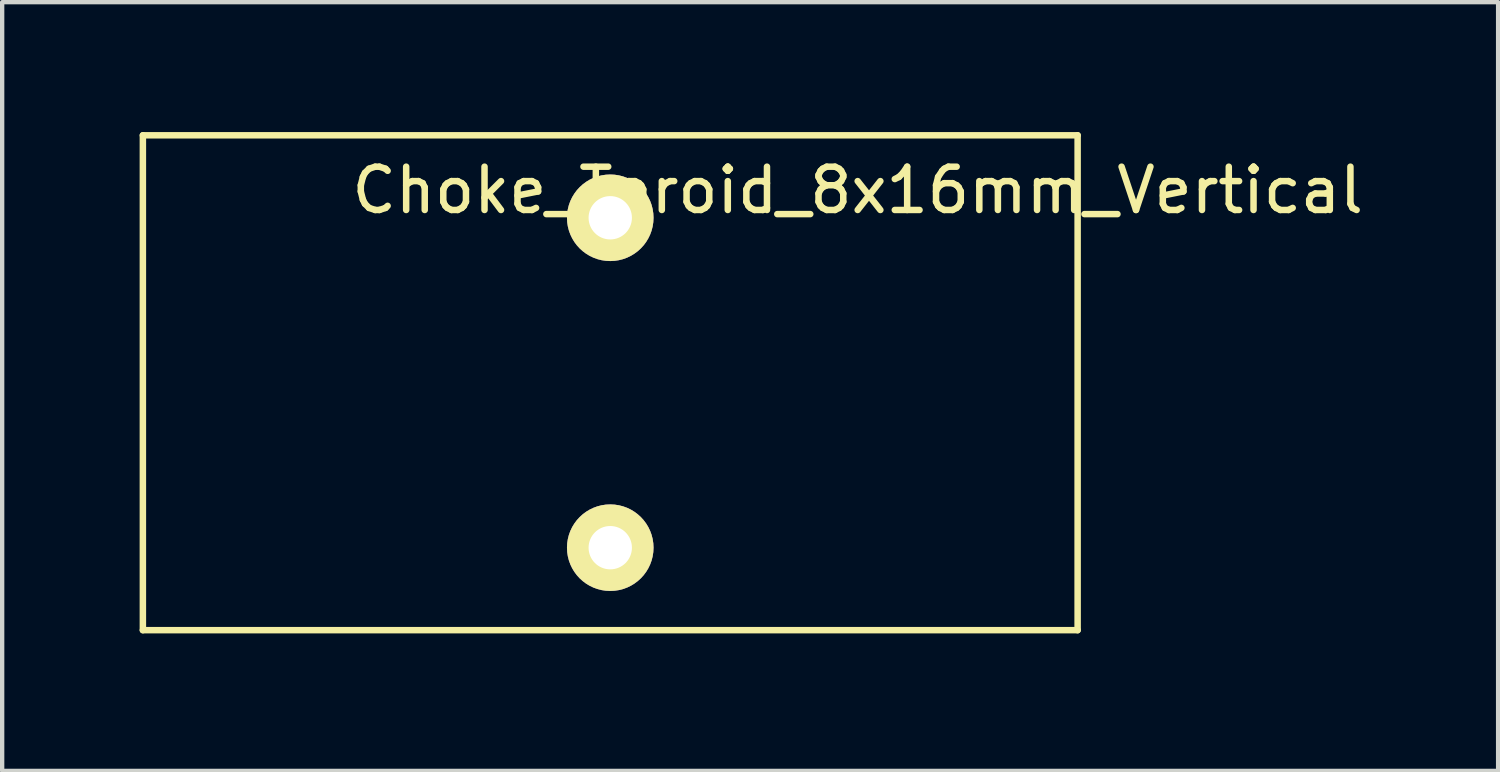
<source format=kicad_pcb>
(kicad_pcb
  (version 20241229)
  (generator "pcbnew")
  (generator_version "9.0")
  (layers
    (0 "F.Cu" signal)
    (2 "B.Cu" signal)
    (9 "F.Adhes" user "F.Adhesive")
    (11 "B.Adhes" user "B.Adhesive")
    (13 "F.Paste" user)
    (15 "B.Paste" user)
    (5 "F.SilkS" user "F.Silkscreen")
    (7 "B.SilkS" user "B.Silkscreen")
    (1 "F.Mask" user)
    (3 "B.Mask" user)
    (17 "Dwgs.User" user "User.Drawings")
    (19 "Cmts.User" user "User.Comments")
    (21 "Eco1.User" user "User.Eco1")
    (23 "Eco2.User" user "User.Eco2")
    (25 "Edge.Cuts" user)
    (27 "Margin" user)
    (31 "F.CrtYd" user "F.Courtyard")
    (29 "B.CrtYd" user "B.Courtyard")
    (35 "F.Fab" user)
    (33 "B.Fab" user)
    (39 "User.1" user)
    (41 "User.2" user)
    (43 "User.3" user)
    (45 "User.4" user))
  (footprint "Choke_Toroid_8x16mm_Vertical"
    (layer "F.Cu")
    (at 0.25 11.505)
    (property "Reference" "Choke_Toroid_8x16mm_Vertical" (at 16.51 -10.16 0) (layer "F.SilkS") (effects (font (size 1 1) (thickness 0.15))))
    (attr through_hole)
    (fp_line (start 0 -11.43) (end 0 0) (stroke (width 0.15) (type solid)) (layer "F.SilkS"))
    (fp_line (start 0 0) (end 21.59 0) (stroke (width 0.15) (type solid)) (layer "F.SilkS"))
    (fp_line (start 21.59 -11.43) (end 0 -11.43) (stroke (width 0.15) (type solid)) (layer "F.SilkS"))
    (fp_line (start 21.59 0) (end 21.59 -11.43) (stroke (width 0.15) (type solid)) (layer "F.SilkS"))
    (pad "1" thru_hole circle (at 10.795 -1.905) (size 1.999 1.999) (drill 1.001) (layers "*.Cu" "*.Mask" "F.SilkS"))
    (pad "2" thru_hole circle (at 10.795 -9.525) (size 1.999 1.999) (drill 1.001) (layers "*.Cu" "*.Mask" "F.SilkS")))
  (gr_rect
    (start -3 -3)
    (end 31.552 14.755)
    (stroke (width 0.1) (type default))
    (fill no)
    (layer "Edge.Cuts")))
</source>
